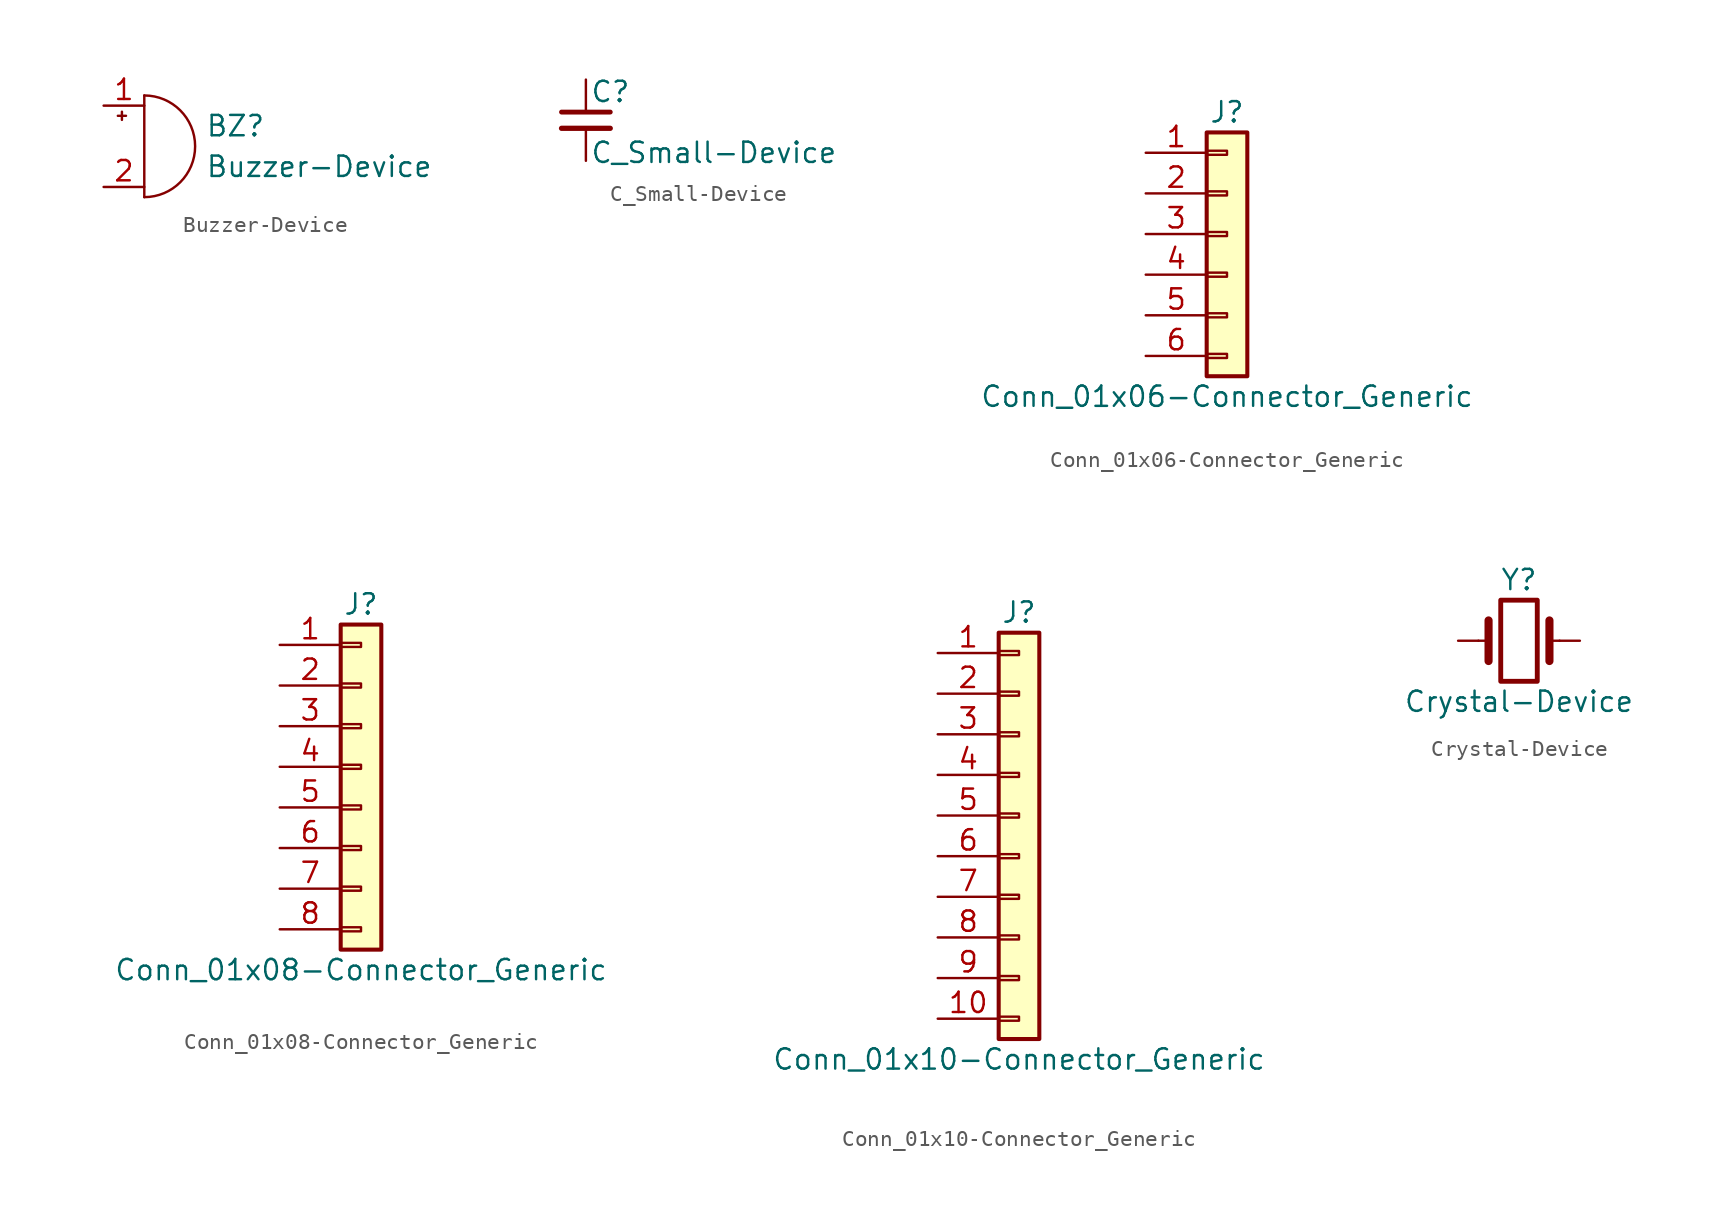
<source format=kicad_sym>
(kicad_symbol_lib
  (version 20211014)
  (generator kicad_symbol_editor)
  (symbol "Buzzer-Device"
    (pin_names
      (offset 0.025) hide)
    (property "Reference" "BZ"
      (at 3.81 1.27 0)
      (effects (font (size 1.27 1.27)) (justify left)))
    (property "Value" "Buzzer-Device"
      (at 3.81 -1.27 0)
      (effects (font (size 1.27 1.27)) (justify left)))
    (symbol "Buzzer-Device_0_1"
      (arc (start 0 -3.175) (mid 3.175 0) (end 0 3.175) (stroke (width 0) (type default) (color 0 0 0 0)) (fill (type none)))
      (polyline (pts (xy -1.651 1.905) (xy -1.143 1.905)) (stroke (width 0) (type default) (color 0 0 0 0)) (fill (type none)))
      (polyline (pts (xy -1.397 2.159) (xy -1.397 1.651)) (stroke (width 0) (type default) (color 0 0 0 0)) (fill (type none)))
      (polyline (pts (xy 0 3.175) (xy 0 -3.175)) (stroke (width 0) (type default) (color 0 0 0 0)) (fill (type none))))
    (symbol "Buzzer-Device_1_1"
      (pin passive line (at -2.54 2.54 0) (length 2.54) (name "-" (effects (font (size 1.27 1.27)))) (number "1" (effects (font (size 1.27 1.27)))))
      (pin passive line (at -2.54 -2.54 0) (length 2.54) (name "+" (effects (font (size 1.27 1.27)))) (number "2" (effects (font (size 1.27 1.27)))))))
  (symbol "C_Small-Device"
    (pin_numbers hide)
    (pin_names
      (offset 0.254) hide)
    (property "Reference" "C"
      (at 0.254 1.778 0)
      (effects (font (size 1.27 1.27)) (justify left)))
    (property "Value" "C_Small-Device"
      (at 0.254 -2.032 0)
      (effects (font (size 1.27 1.27)) (justify left)))
    (symbol "C_Small-Device_0_1"
      (polyline (pts (xy -1.524 -0.508) (xy 1.524 -0.508)) (stroke (width 0.33) (type default) (color 0 0 0 0)) (fill (type none)))
      (polyline (pts (xy -1.524 0.508) (xy 1.524 0.508)) (stroke (width 0.305) (type default) (color 0 0 0 0)) (fill (type none))))
    (symbol "C_Small-Device_1_1"
      (pin passive line (at 0 2.54 270) (length 2.032) (name "~" (effects (font (size 1.27 1.27)))) (number "1" (effects (font (size 1.27 1.27)))))
      (pin passive line (at 0 -2.54 90) (length 2.032) (name "~" (effects (font (size 1.27 1.27)))) (number "2" (effects (font (size 1.27 1.27)))))))
  (symbol "Conn_01x06-Connector_Generic"
    (pin_names
      (offset 1.016) hide)
    (property "Reference" "J"
      (at 0 7.62 0)
      (effects (font (size 1.27 1.27))))
    (property "Value" "Conn_01x06-Connector_Generic"
      (at 0 -10.16 0)
      (effects (font (size 1.27 1.27))))
    (symbol "Conn_01x06-Connector_Generic_1_1"
      (rectangle (start -1.27 -7.493) (end 0 -7.747) (stroke (width 0.152) (type default) (color 0 0 0 0)) (fill (type none)))
      (rectangle (start -1.27 -4.953) (end 0 -5.207) (stroke (width 0.152) (type default) (color 0 0 0 0)) (fill (type none)))
      (rectangle (start -1.27 -2.413) (end 0 -2.667) (stroke (width 0.152) (type default) (color 0 0 0 0)) (fill (type none)))
      (rectangle (start -1.27 0.127) (end 0 -0.127) (stroke (width 0.152) (type default) (color 0 0 0 0)) (fill (type none)))
      (rectangle (start -1.27 2.667) (end 0 2.413) (stroke (width 0.152) (type default) (color 0 0 0 0)) (fill (type none)))
      (rectangle (start -1.27 5.207) (end 0 4.953) (stroke (width 0.152) (type default) (color 0 0 0 0)) (fill (type none)))
      (rectangle (start -1.27 6.35) (end 1.27 -8.89) (stroke (width 0.254) (type default) (color 0 0 0 0)) (fill (type background)))
      (pin passive line (at -5.08 5.08 0) (length 3.81) (name "Pin_1" (effects (font (size 1.27 1.27)))) (number "1" (effects (font (size 1.27 1.27)))))
      (pin passive line (at -5.08 2.54 0) (length 3.81) (name "Pin_2" (effects (font (size 1.27 1.27)))) (number "2" (effects (font (size 1.27 1.27)))))
      (pin passive line (at -5.08 0 0) (length 3.81) (name "Pin_3" (effects (font (size 1.27 1.27)))) (number "3" (effects (font (size 1.27 1.27)))))
      (pin passive line (at -5.08 -2.54 0) (length 3.81) (name "Pin_4" (effects (font (size 1.27 1.27)))) (number "4" (effects (font (size 1.27 1.27)))))
      (pin passive line (at -5.08 -5.08 0) (length 3.81) (name "Pin_5" (effects (font (size 1.27 1.27)))) (number "5" (effects (font (size 1.27 1.27)))))
      (pin passive line (at -5.08 -7.62 0) (length 3.81) (name "Pin_6" (effects (font (size 1.27 1.27)))) (number "6" (effects (font (size 1.27 1.27)))))))
  (symbol "Conn_01x08-Connector_Generic"
    (pin_names
      (offset 1.016) hide)
    (property "Reference" "J"
      (at 0 10.16 0)
      (effects (font (size 1.27 1.27))))
    (property "Value" "Conn_01x08-Connector_Generic"
      (at 0 -12.7 0)
      (effects (font (size 1.27 1.27))))
    (symbol "Conn_01x08-Connector_Generic_1_1"
      (rectangle (start -1.27 -10.033) (end 0 -10.287) (stroke (width 0.152) (type default) (color 0 0 0 0)) (fill (type none)))
      (rectangle (start -1.27 -7.493) (end 0 -7.747) (stroke (width 0.152) (type default) (color 0 0 0 0)) (fill (type none)))
      (rectangle (start -1.27 -4.953) (end 0 -5.207) (stroke (width 0.152) (type default) (color 0 0 0 0)) (fill (type none)))
      (rectangle (start -1.27 -2.413) (end 0 -2.667) (stroke (width 0.152) (type default) (color 0 0 0 0)) (fill (type none)))
      (rectangle (start -1.27 0.127) (end 0 -0.127) (stroke (width 0.152) (type default) (color 0 0 0 0)) (fill (type none)))
      (rectangle (start -1.27 2.667) (end 0 2.413) (stroke (width 0.152) (type default) (color 0 0 0 0)) (fill (type none)))
      (rectangle (start -1.27 5.207) (end 0 4.953) (stroke (width 0.152) (type default) (color 0 0 0 0)) (fill (type none)))
      (rectangle (start -1.27 7.747) (end 0 7.493) (stroke (width 0.152) (type default) (color 0 0 0 0)) (fill (type none)))
      (rectangle (start -1.27 8.89) (end 1.27 -11.43) (stroke (width 0.254) (type default) (color 0 0 0 0)) (fill (type background)))
      (pin passive line (at -5.08 7.62 0) (length 3.81) (name "Pin_1" (effects (font (size 1.27 1.27)))) (number "1" (effects (font (size 1.27 1.27)))))
      (pin passive line (at -5.08 5.08 0) (length 3.81) (name "Pin_2" (effects (font (size 1.27 1.27)))) (number "2" (effects (font (size 1.27 1.27)))))
      (pin passive line (at -5.08 2.54 0) (length 3.81) (name "Pin_3" (effects (font (size 1.27 1.27)))) (number "3" (effects (font (size 1.27 1.27)))))
      (pin passive line (at -5.08 0 0) (length 3.81) (name "Pin_4" (effects (font (size 1.27 1.27)))) (number "4" (effects (font (size 1.27 1.27)))))
      (pin passive line (at -5.08 -2.54 0) (length 3.81) (name "Pin_5" (effects (font (size 1.27 1.27)))) (number "5" (effects (font (size 1.27 1.27)))))
      (pin passive line (at -5.08 -5.08 0) (length 3.81) (name "Pin_6" (effects (font (size 1.27 1.27)))) (number "6" (effects (font (size 1.27 1.27)))))
      (pin passive line (at -5.08 -7.62 0) (length 3.81) (name "Pin_7" (effects (font (size 1.27 1.27)))) (number "7" (effects (font (size 1.27 1.27)))))
      (pin passive line (at -5.08 -10.16 0) (length 3.81) (name "Pin_8" (effects (font (size 1.27 1.27)))) (number "8" (effects (font (size 1.27 1.27)))))))
  (symbol "Conn_01x10-Connector_Generic"
    (pin_names
      (offset 1.016) hide)
    (property "Reference" "J"
      (at 0 12.7 0)
      (effects (font (size 1.27 1.27))))
    (property "Value" "Conn_01x10-Connector_Generic"
      (at 0 -15.24 0)
      (effects (font (size 1.27 1.27))))
    (symbol "Conn_01x10-Connector_Generic_1_1"
      (rectangle (start -1.27 -12.573) (end 0 -12.827) (stroke (width 0.152) (type default) (color 0 0 0 0)) (fill (type none)))
      (rectangle (start -1.27 -10.033) (end 0 -10.287) (stroke (width 0.152) (type default) (color 0 0 0 0)) (fill (type none)))
      (rectangle (start -1.27 -7.493) (end 0 -7.747) (stroke (width 0.152) (type default) (color 0 0 0 0)) (fill (type none)))
      (rectangle (start -1.27 -4.953) (end 0 -5.207) (stroke (width 0.152) (type default) (color 0 0 0 0)) (fill (type none)))
      (rectangle (start -1.27 -2.413) (end 0 -2.667) (stroke (width 0.152) (type default) (color 0 0 0 0)) (fill (type none)))
      (rectangle (start -1.27 0.127) (end 0 -0.127) (stroke (width 0.152) (type default) (color 0 0 0 0)) (fill (type none)))
      (rectangle (start -1.27 2.667) (end 0 2.413) (stroke (width 0.152) (type default) (color 0 0 0 0)) (fill (type none)))
      (rectangle (start -1.27 5.207) (end 0 4.953) (stroke (width 0.152) (type default) (color 0 0 0 0)) (fill (type none)))
      (rectangle (start -1.27 7.747) (end 0 7.493) (stroke (width 0.152) (type default) (color 0 0 0 0)) (fill (type none)))
      (rectangle (start -1.27 10.287) (end 0 10.033) (stroke (width 0.152) (type default) (color 0 0 0 0)) (fill (type none)))
      (rectangle (start -1.27 11.43) (end 1.27 -13.97) (stroke (width 0.254) (type default) (color 0 0 0 0)) (fill (type background)))
      (pin passive line (at -5.08 10.16 0) (length 3.81) (name "Pin_1" (effects (font (size 1.27 1.27)))) (number "1" (effects (font (size 1.27 1.27)))))
      (pin passive line (at -5.08 -12.7 0) (length 3.81) (name "Pin_10" (effects (font (size 1.27 1.27)))) (number "10" (effects (font (size 1.27 1.27)))))
      (pin passive line (at -5.08 7.62 0) (length 3.81) (name "Pin_2" (effects (font (size 1.27 1.27)))) (number "2" (effects (font (size 1.27 1.27)))))
      (pin passive line (at -5.08 5.08 0) (length 3.81) (name "Pin_3" (effects (font (size 1.27 1.27)))) (number "3" (effects (font (size 1.27 1.27)))))
      (pin passive line (at -5.08 2.54 0) (length 3.81) (name "Pin_4" (effects (font (size 1.27 1.27)))) (number "4" (effects (font (size 1.27 1.27)))))
      (pin passive line (at -5.08 0 0) (length 3.81) (name "Pin_5" (effects (font (size 1.27 1.27)))) (number "5" (effects (font (size 1.27 1.27)))))
      (pin passive line (at -5.08 -2.54 0) (length 3.81) (name "Pin_6" (effects (font (size 1.27 1.27)))) (number "6" (effects (font (size 1.27 1.27)))))
      (pin passive line (at -5.08 -5.08 0) (length 3.81) (name "Pin_7" (effects (font (size 1.27 1.27)))) (number "7" (effects (font (size 1.27 1.27)))))
      (pin passive line (at -5.08 -7.62 0) (length 3.81) (name "Pin_8" (effects (font (size 1.27 1.27)))) (number "8" (effects (font (size 1.27 1.27)))))
      (pin passive line (at -5.08 -10.16 0) (length 3.81) (name "Pin_9" (effects (font (size 1.27 1.27)))) (number "9" (effects (font (size 1.27 1.27)))))))
  (symbol "Crystal-Device"
    (pin_numbers hide)
    (pin_names
      (offset 1.016) hide)
    (property "Reference" "Y"
      (at 0 3.81 0)
      (effects (font (size 1.27 1.27))))
    (property "Value" "Crystal-Device"
      (at 0 -3.81 0)
      (effects (font (size 1.27 1.27))))
    (symbol "Crystal-Device_0_1"
      (rectangle (start -1.143 2.54) (end 1.143 -2.54) (stroke (width 0.305) (type default) (color 0 0 0 0)) (fill (type none)))
      (polyline (pts (xy -2.54 0) (xy -1.905 0)) (stroke (width 0) (type default) (color 0 0 0 0)) (fill (type none)))
      (polyline (pts (xy -1.905 -1.27) (xy -1.905 1.27)) (stroke (width 0.508) (type default) (color 0 0 0 0)) (fill (type none)))
      (polyline (pts (xy 1.905 -1.27) (xy 1.905 1.27)) (stroke (width 0.508) (type default) (color 0 0 0 0)) (fill (type none)))
      (polyline (pts (xy 2.54 0) (xy 1.905 0)) (stroke (width 0) (type default) (color 0 0 0 0)) (fill (type none))))
    (symbol "Crystal-Device_1_1"
      (pin passive line (at -3.81 0 0) (length 1.27) (name "1" (effects (font (size 1.27 1.27)))) (number "1" (effects (font (size 1.27 1.27)))))
      (pin passive line (at 3.81 0 180) (length 1.27) (name "2" (effects (font (size 1.27 1.27)))) (number "2" (effects (font (size 1.27 1.27))))))))
</source>
